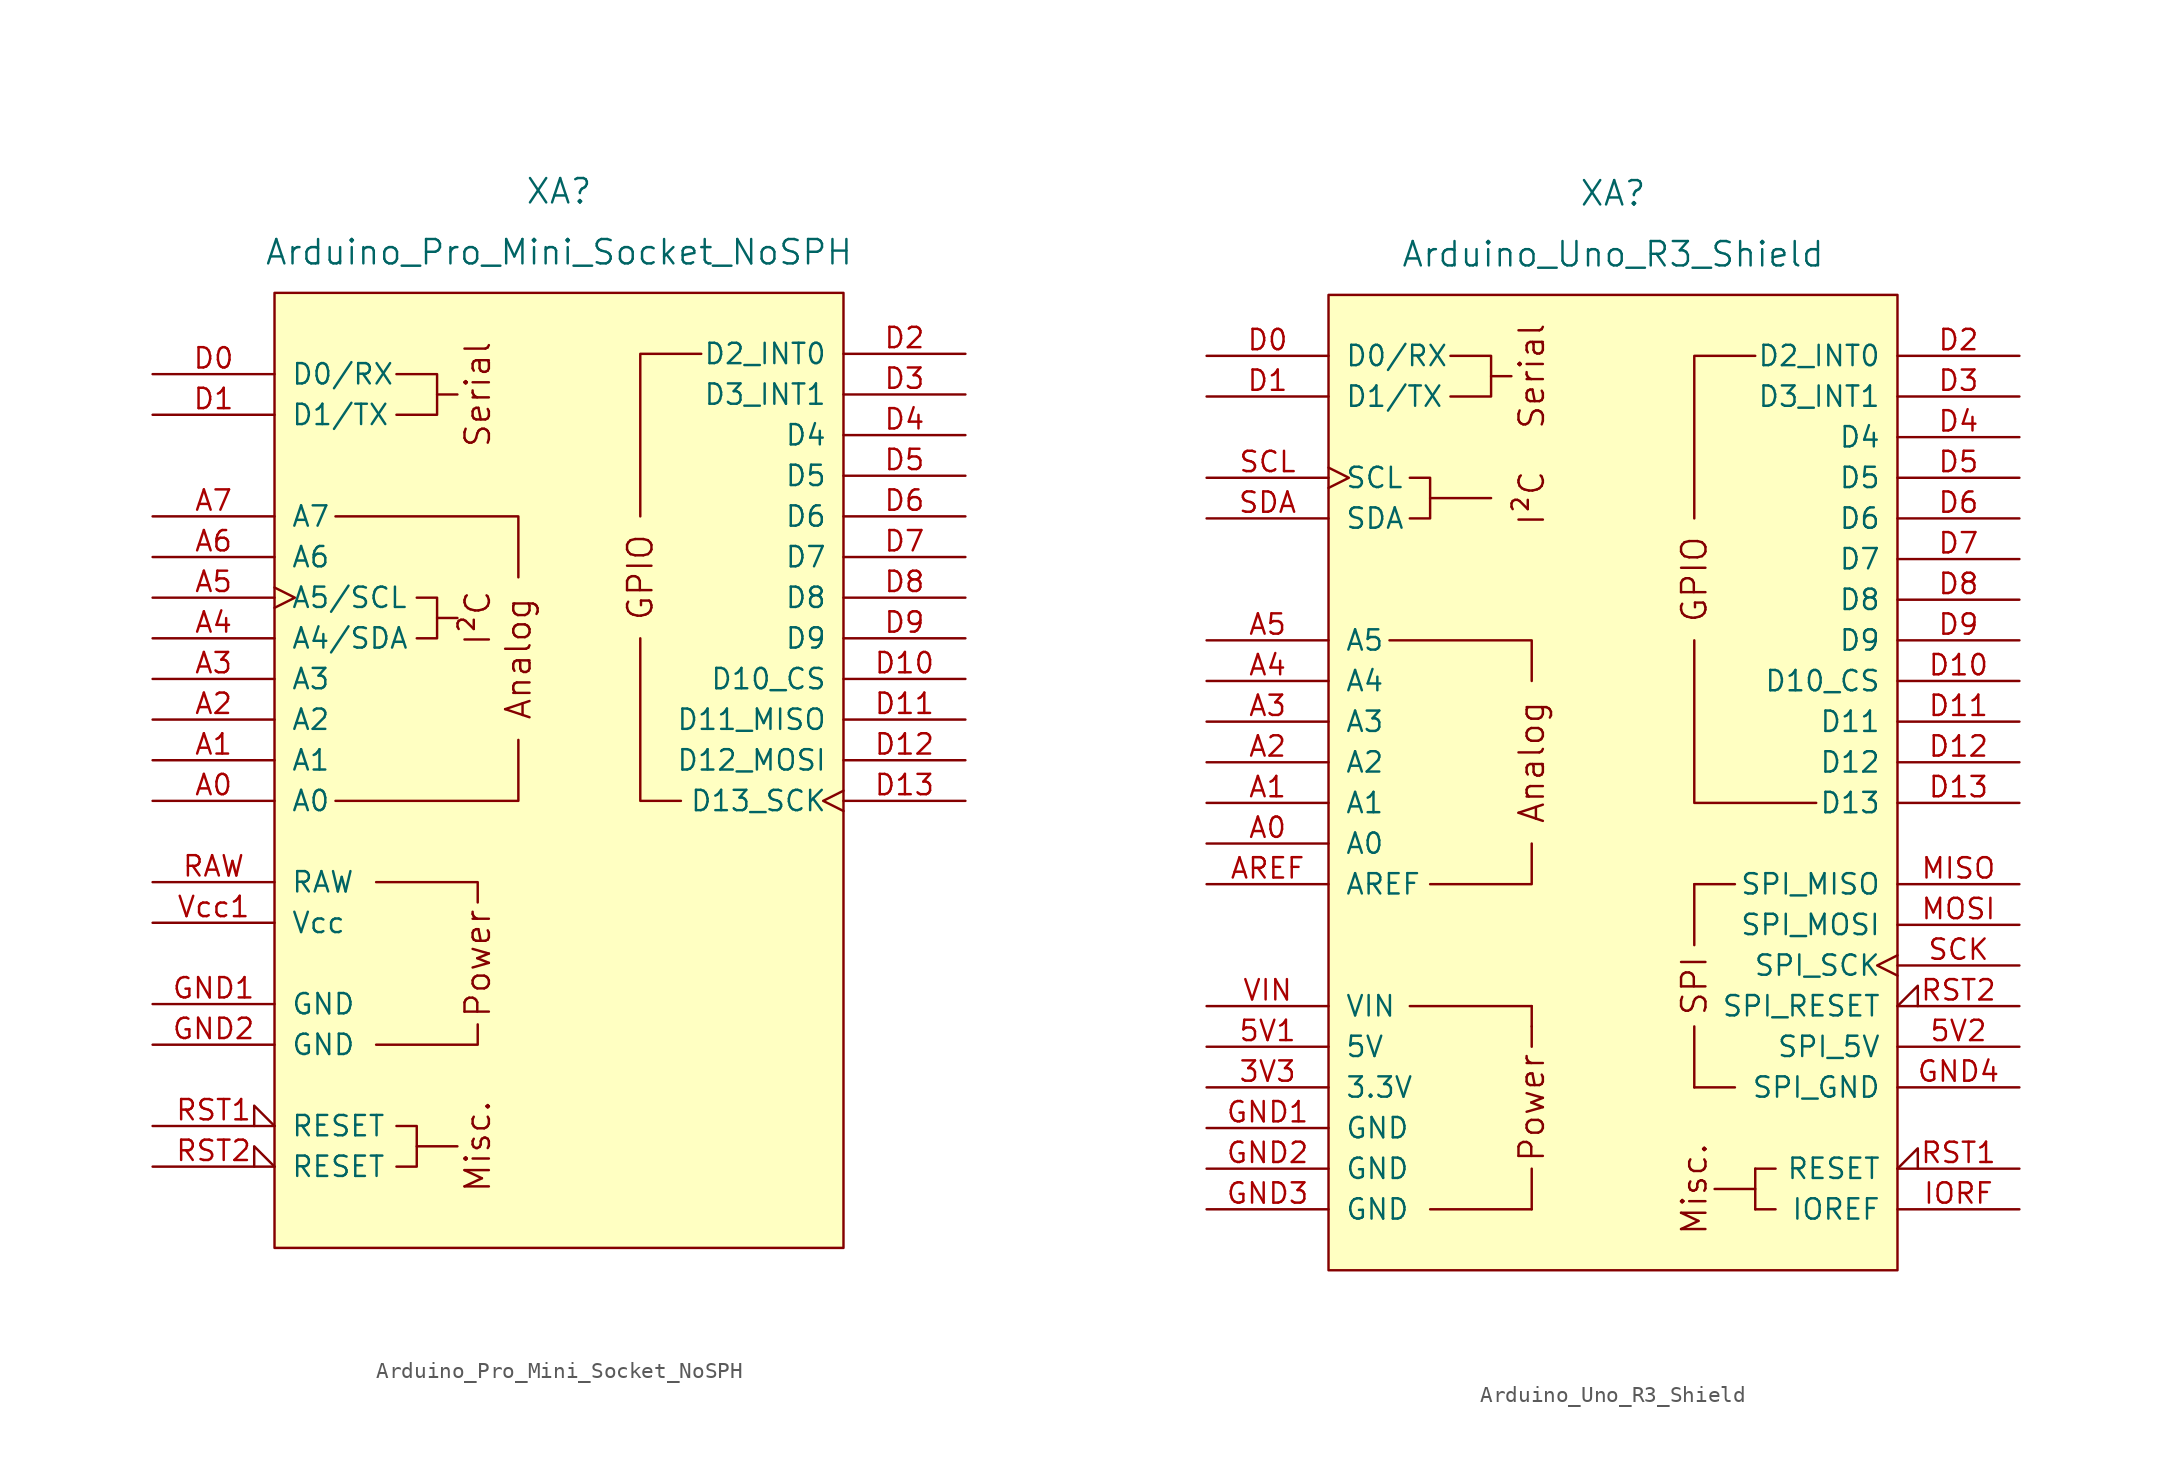
<source format=kicad_sym>
(kicad_symbol_lib
  (version 20211014)
  (generator kicad_symbol_editor)
  (symbol "Arduino_Pro_Mini_Socket_NoSPH"
    (pin_names
      (offset 1.016))
    (property "Reference" "XA"
      (at 0 36.83 0)
      (effects (font (size 1.524 1.524))))
    (property "Value" "Arduino_Pro_Mini_Socket_NoSPH"
      (at 0 33.02 0)
      (effects (font (size 1.524 1.524))))
    (symbol "Arduino_Pro_Mini_Socket_NoSPH_0_0"
      (rectangle (start -17.78 30.48) (end 17.78 -29.21) (stroke (width 0) (type default) (color 0 0 0 0)) (fill (type background)))
      (polyline (pts (xy -7.62 10.16) (xy -6.35 10.16)) (stroke (width 0) (type default) (color 0 0 0 0)) (fill (type none)))
      (polyline (pts (xy -7.62 24.13) (xy -6.35 24.13)) (stroke (width 0) (type default) (color 0 0 0 0)) (fill (type none)))
      (polyline (pts (xy -6.35 -22.86) (xy -8.89 -22.86)) (stroke (width 0) (type default) (color 0 0 0 0)) (fill (type none)))
      (polyline (pts (xy -11.43 -16.51) (xy -5.08 -16.51) (xy -5.08 -15.24)) (stroke (width 0) (type default) (color 0 0 0 0)) (fill (type none)))
      (polyline (pts (xy -5.08 -7.62) (xy -5.08 -6.35) (xy -11.43 -6.35)) (stroke (width 0) (type default) (color 0 0 0 0)) (fill (type none)))
      (polyline (pts (xy -2.54 2.54) (xy -2.54 -1.27) (xy -13.97 -1.27)) (stroke (width 0) (type default) (color 0 0 0 0)) (fill (type none)))
      (polyline (pts (xy -2.54 12.7) (xy -2.54 16.51) (xy -13.97 16.51)) (stroke (width 0) (type default) (color 0 0 0 0)) (fill (type none)))
      (polyline (pts (xy -10.16 25.4) (xy -7.62 25.4) (xy -7.62 22.86) (xy -10.16 22.86)) (stroke (width 0) (type default) (color 0 0 0 0)) (fill (type none)))
      (polyline (pts (xy -8.89 11.43) (xy -7.62 11.43) (xy -7.62 8.89) (xy -8.89 8.89)) (stroke (width 0) (type default) (color 0 0 0 0)) (fill (type none)))
      (text "Analog" (at -2.54 7.62 900) (effects (font (size 1.524 1.524))))
      (text "I²C" (at -5.08 10.16 900) (effects (font (size 1.524 1.524))))
      (text "Misc." (at -5.08 -22.86 900) (effects (font (size 1.524 1.524))))
      (text "Power" (at -5.08 -11.43 900) (effects (font (size 1.524 1.524))))
      (text "Serial" (at -5.08 24.13 900) (effects (font (size 1.524 1.524)))))
    (symbol "Arduino_Pro_Mini_Socket_NoSPH_0_1"
      (polyline (pts (xy 7.62 -1.27) (xy 5.08 -1.27) (xy 5.08 8.89)) (stroke (width 0) (type default) (color 0 0 0 0)) (fill (type none)))
      (polyline (pts (xy 8.89 26.67) (xy 5.08 26.67) (xy 5.08 16.51)) (stroke (width 0) (type default) (color 0 0 0 0)) (fill (type none)))
      (polyline (pts (xy -10.16 -24.13) (xy -8.89 -24.13) (xy -8.89 -21.59) (xy -10.16 -21.59)) (stroke (width 0) (type default) (color 0 0 0 0)) (fill (type none))))
    (symbol "Arduino_Pro_Mini_Socket_NoSPH_1_0"
      (text "GPIO" (at 5.08 12.7 900) (effects (font (size 1.524 1.524)))))
    (symbol "Arduino_Pro_Mini_Socket_NoSPH_1_1"
      (pin bidirectional line (at -25.4 -1.27 0) (length 7.62) (name "A0" (effects (font (size 1.27 1.27)))) (number "A0" (effects (font (size 1.27 1.27)))))
      (pin bidirectional line (at -25.4 1.27 0) (length 7.62) (name "A1" (effects (font (size 1.27 1.27)))) (number "A1" (effects (font (size 1.27 1.27)))))
      (pin bidirectional line (at -25.4 3.81 0) (length 7.62) (name "A2" (effects (font (size 1.27 1.27)))) (number "A2" (effects (font (size 1.27 1.27)))))
      (pin bidirectional line (at -25.4 6.35 0) (length 7.62) (name "A3" (effects (font (size 1.27 1.27)))) (number "A3" (effects (font (size 1.27 1.27)))))
      (pin bidirectional line (at -25.4 8.89 0) (length 7.62) (name "A4/SDA" (effects (font (size 1.27 1.27)))) (number "A4" (effects (font (size 1.27 1.27)))))
      (pin bidirectional clock (at -25.4 11.43 0) (length 7.62) (name "A5/SCL" (effects (font (size 1.27 1.27)))) (number "A5" (effects (font (size 1.27 1.27)))))
      (pin input line (at -25.4 13.97 0) (length 7.62) (name "A6" (effects (font (size 1.27 1.27)))) (number "A6" (effects (font (size 1.27 1.27)))))
      (pin input line (at -25.4 16.51 0) (length 7.62) (name "A7" (effects (font (size 1.27 1.27)))) (number "A7" (effects (font (size 1.27 1.27)))))
      (pin bidirectional line (at -25.4 25.4 0) (length 7.62) (name "D0/RX" (effects (font (size 1.27 1.27)))) (number "D0" (effects (font (size 1.27 1.27)))))
      (pin bidirectional line (at -25.4 22.86 0) (length 7.62) (name "D1/TX" (effects (font (size 1.27 1.27)))) (number "D1" (effects (font (size 1.27 1.27)))))
      (pin bidirectional line (at 25.4 6.35 180) (length 7.62) (name "D10_CS" (effects (font (size 1.27 1.27)))) (number "D10" (effects (font (size 1.27 1.27)))))
      (pin bidirectional line (at 25.4 3.81 180) (length 7.62) (name "D11_MISO" (effects (font (size 1.27 1.27)))) (number "D11" (effects (font (size 1.27 1.27)))))
      (pin bidirectional line (at 25.4 1.27 180) (length 7.62) (name "D12_MOSI" (effects (font (size 1.27 1.27)))) (number "D12" (effects (font (size 1.27 1.27)))))
      (pin bidirectional clock (at 25.4 -1.27 180) (length 7.62) (name "D13_SCK" (effects (font (size 1.27 1.27)))) (number "D13" (effects (font (size 1.27 1.27)))))
      (pin bidirectional line (at 25.4 26.67 180) (length 7.62) (name "D2_INT0" (effects (font (size 1.27 1.27)))) (number "D2" (effects (font (size 1.27 1.27)))))
      (pin bidirectional line (at 25.4 24.13 180) (length 7.62) (name "D3_INT1" (effects (font (size 1.27 1.27)))) (number "D3" (effects (font (size 1.27 1.27)))))
      (pin bidirectional line (at 25.4 21.59 180) (length 7.62) (name "D4" (effects (font (size 1.27 1.27)))) (number "D4" (effects (font (size 1.27 1.27)))))
      (pin bidirectional line (at 25.4 19.05 180) (length 7.62) (name "D5" (effects (font (size 1.27 1.27)))) (number "D5" (effects (font (size 1.27 1.27)))))
      (pin bidirectional line (at 25.4 16.51 180) (length 7.62) (name "D6" (effects (font (size 1.27 1.27)))) (number "D6" (effects (font (size 1.27 1.27)))))
      (pin bidirectional line (at 25.4 13.97 180) (length 7.62) (name "D7" (effects (font (size 1.27 1.27)))) (number "D7" (effects (font (size 1.27 1.27)))))
      (pin bidirectional line (at 25.4 11.43 180) (length 7.62) (name "D8" (effects (font (size 1.27 1.27)))) (number "D8" (effects (font (size 1.27 1.27)))))
      (pin bidirectional line (at 25.4 8.89 180) (length 7.62) (name "D9" (effects (font (size 1.27 1.27)))) (number "D9" (effects (font (size 1.27 1.27)))))
      (pin power_in line (at -25.4 -13.97 0) (length 7.62) (name "GND" (effects (font (size 1.27 1.27)))) (number "GND1" (effects (font (size 1.27 1.27)))))
      (pin power_in line (at -25.4 -16.51 0) (length 7.62) (name "GND" (effects (font (size 1.27 1.27)))) (number "GND2" (effects (font (size 1.27 1.27)))))
      (pin power_in line (at -25.4 -6.35 0) (length 7.62) (name "RAW" (effects (font (size 1.27 1.27)))) (number "RAW" (effects (font (size 1.27 1.27)))))
      (pin open_collector input_low (at -25.4 -21.59 0) (length 7.62) (name "RESET" (effects (font (size 1.27 1.27)))) (number "RST1" (effects (font (size 1.27 1.27)))))
      (pin open_collector input_low (at -25.4 -24.13 0) (length 7.62) (name "RESET" (effects (font (size 1.27 1.27)))) (number "RST2" (effects (font (size 1.27 1.27)))))
      (pin power_in line (at -25.4 -8.89 0) (length 7.62) (name "Vcc" (effects (font (size 1.27 1.27)))) (number "Vcc1" (effects (font (size 1.27 1.27)))))))
  (symbol "Arduino_Uno_R3_Shield"
    (pin_names
      (offset 1.016))
    (property "Reference" "XA"
      (at 0 36.83 0)
      (effects (font (size 1.524 1.524))))
    (property "Value" "Arduino_Uno_R3_Shield"
      (at 0 33.02 0)
      (effects (font (size 1.524 1.524))))
    (symbol "Arduino_Uno_R3_Shield_0_0"
      (rectangle (start -17.78 30.48) (end 17.78 -30.48) (stroke (width 0) (type default) (color 0 0 0 0)) (fill (type background)))
      (rectangle (start -12.7 -13.97) (end -5.08 -13.97) (stroke (width 0) (type default) (color 0 0 0 0)) (fill (type none)))
      (rectangle (start -11.43 -26.67) (end -5.08 -26.67) (stroke (width 0) (type default) (color 0 0 0 0)) (fill (type none)))
      (polyline (pts (xy -11.43 17.78) (xy -7.62 17.78)) (stroke (width 0) (type default) (color 0 0 0 0)) (fill (type none)))
      (polyline (pts (xy -7.62 25.4) (xy -6.35 25.4)) (stroke (width 0) (type default) (color 0 0 0 0)) (fill (type none)))
      (polyline (pts (xy -5.08 -26.67) (xy -5.08 -24.13)) (stroke (width 0) (type default) (color 0 0 0 0)) (fill (type none)))
      (polyline (pts (xy -5.08 -15.24) (xy -5.08 -16.51)) (stroke (width 0) (type default) (color 0 0 0 0)) (fill (type none)))
      (polyline (pts (xy -5.08 -13.97) (xy -5.08 -15.24)) (stroke (width 0) (type default) (color 0 0 0 0)) (fill (type none)))
      (polyline (pts (xy -5.08 -3.81) (xy -5.08 -6.35) (xy -11.43 -6.35)) (stroke (width 0) (type default) (color 0 0 0 0)) (fill (type none)))
      (polyline (pts (xy -5.08 6.35) (xy -5.08 8.89) (xy -13.97 8.89)) (stroke (width 0) (type default) (color 0 0 0 0)) (fill (type none)))
      (polyline (pts (xy 5.08 8.89) (xy 5.08 -1.27) (xy 12.7 -1.27)) (stroke (width 0) (type default) (color 0 0 0 0)) (fill (type none)))
      (polyline (pts (xy 5.08 16.51) (xy 5.08 26.67) (xy 8.89 26.67)) (stroke (width 0) (type default) (color 0 0 0 0)) (fill (type none)))
      (polyline (pts (xy -12.7 19.05) (xy -11.43 19.05) (xy -11.43 16.51) (xy -12.7 16.51)) (stroke (width 0) (type default) (color 0 0 0 0)) (fill (type none)))
      (polyline (pts (xy -10.16 26.67) (xy -7.62 26.67) (xy -7.62 24.13) (xy -10.16 24.13)) (stroke (width 0) (type default) (color 0 0 0 0)) (fill (type none)))
      (rectangle (start 5.08 -19.05) (end 5.08 -15.24) (stroke (width 0) (type default) (color 0 0 0 0)) (fill (type none)))
      (rectangle (start 5.08 -19.05) (end 7.62 -19.05) (stroke (width 0) (type default) (color 0 0 0 0)) (fill (type none)))
      (rectangle (start 5.08 -10.16) (end 5.08 -6.35) (stroke (width 0) (type default) (color 0 0 0 0)) (fill (type none)))
      (rectangle (start 7.62 -6.35) (end 5.08 -6.35) (stroke (width 0) (type default) (color 0 0 0 0)) (fill (type none)))
      (rectangle (start 8.89 -25.4) (end 6.35 -25.4) (stroke (width 0) (type default) (color 0 0 0 0)) (fill (type none)))
      (rectangle (start 8.89 -24.13) (end 8.89 -26.67) (stroke (width 0) (type default) (color 0 0 0 0)) (fill (type none)))
      (rectangle (start 10.16 -26.67) (end 8.89 -26.67) (stroke (width 0) (type default) (color 0 0 0 0)) (fill (type none)))
      (rectangle (start 10.16 -24.13) (end 8.89 -24.13) (stroke (width 0) (type default) (color 0 0 0 0)) (fill (type none)))
      (text "Analog" (at -5.08 1.27 900) (effects (font (size 1.524 1.524))))
      (text "I²C" (at -5.08 17.78 900) (effects (font (size 1.524 1.524))))
      (text "Misc." (at 5.08 -25.4 900) (effects (font (size 1.524 1.524))))
      (text "Power" (at -5.08 -20.32 900) (effects (font (size 1.524 1.524))))
      (text "Serial" (at -5.08 25.4 900) (effects (font (size 1.524 1.524))))
      (text "SPI" (at 5.08 -12.7 900) (effects (font (size 1.524 1.524)))))
    (symbol "Arduino_Uno_R3_Shield_1_0"
      (text "GPIO" (at 5.08 12.7 900) (effects (font (size 1.524 1.524)))))
    (symbol "Arduino_Uno_R3_Shield_1_1"
      (pin power_out line (at -25.4 -19.05 0) (length 7.62) (name "3.3V" (effects (font (size 1.27 1.27)))) (number "3V3" (effects (font (size 1.27 1.27)))))
      (pin power_in line (at -25.4 -16.51 0) (length 7.62) (name "5V" (effects (font (size 1.27 1.27)))) (number "5V1" (effects (font (size 1.27 1.27)))))
      (pin power_in line (at 25.4 -16.51 180) (length 7.62) (name "SPI_5V" (effects (font (size 1.27 1.27)))) (number "5V2" (effects (font (size 1.27 1.27)))))
      (pin bidirectional line (at -25.4 -3.81 0) (length 7.62) (name "A0" (effects (font (size 1.27 1.27)))) (number "A0" (effects (font (size 1.27 1.27)))))
      (pin bidirectional line (at -25.4 -1.27 0) (length 7.62) (name "A1" (effects (font (size 1.27 1.27)))) (number "A1" (effects (font (size 1.27 1.27)))))
      (pin bidirectional line (at -25.4 1.27 0) (length 7.62) (name "A2" (effects (font (size 1.27 1.27)))) (number "A2" (effects (font (size 1.27 1.27)))))
      (pin bidirectional line (at -25.4 3.81 0) (length 7.62) (name "A3" (effects (font (size 1.27 1.27)))) (number "A3" (effects (font (size 1.27 1.27)))))
      (pin bidirectional line (at -25.4 6.35 0) (length 7.62) (name "A4" (effects (font (size 1.27 1.27)))) (number "A4" (effects (font (size 1.27 1.27)))))
      (pin bidirectional line (at -25.4 8.89 0) (length 7.62) (name "A5" (effects (font (size 1.27 1.27)))) (number "A5" (effects (font (size 1.27 1.27)))))
      (pin input line (at -25.4 -6.35 0) (length 7.62) (name "AREF" (effects (font (size 1.27 1.27)))) (number "AREF" (effects (font (size 1.27 1.27)))))
      (pin bidirectional line (at -25.4 26.67 0) (length 7.62) (name "D0/RX" (effects (font (size 1.27 1.27)))) (number "D0" (effects (font (size 1.27 1.27)))))
      (pin bidirectional line (at -25.4 24.13 0) (length 7.62) (name "D1/TX" (effects (font (size 1.27 1.27)))) (number "D1" (effects (font (size 1.27 1.27)))))
      (pin bidirectional line (at 25.4 6.35 180) (length 7.62) (name "D10_CS" (effects (font (size 1.27 1.27)))) (number "D10" (effects (font (size 1.27 1.27)))))
      (pin bidirectional line (at 25.4 3.81 180) (length 7.62) (name "D11" (effects (font (size 1.27 1.27)))) (number "D11" (effects (font (size 1.27 1.27)))))
      (pin bidirectional line (at 25.4 1.27 180) (length 7.62) (name "D12" (effects (font (size 1.27 1.27)))) (number "D12" (effects (font (size 1.27 1.27)))))
      (pin bidirectional line (at 25.4 -1.27 180) (length 7.62) (name "D13" (effects (font (size 1.27 1.27)))) (number "D13" (effects (font (size 1.27 1.27)))))
      (pin bidirectional line (at 25.4 26.67 180) (length 7.62) (name "D2_INT0" (effects (font (size 1.27 1.27)))) (number "D2" (effects (font (size 1.27 1.27)))))
      (pin bidirectional line (at 25.4 24.13 180) (length 7.62) (name "D3_INT1" (effects (font (size 1.27 1.27)))) (number "D3" (effects (font (size 1.27 1.27)))))
      (pin bidirectional line (at 25.4 21.59 180) (length 7.62) (name "D4" (effects (font (size 1.27 1.27)))) (number "D4" (effects (font (size 1.27 1.27)))))
      (pin bidirectional line (at 25.4 19.05 180) (length 7.62) (name "D5" (effects (font (size 1.27 1.27)))) (number "D5" (effects (font (size 1.27 1.27)))))
      (pin bidirectional line (at 25.4 16.51 180) (length 7.62) (name "D6" (effects (font (size 1.27 1.27)))) (number "D6" (effects (font (size 1.27 1.27)))))
      (pin bidirectional line (at 25.4 13.97 180) (length 7.62) (name "D7" (effects (font (size 1.27 1.27)))) (number "D7" (effects (font (size 1.27 1.27)))))
      (pin bidirectional line (at 25.4 11.43 180) (length 7.62) (name "D8" (effects (font (size 1.27 1.27)))) (number "D8" (effects (font (size 1.27 1.27)))))
      (pin bidirectional line (at 25.4 8.89 180) (length 7.62) (name "D9" (effects (font (size 1.27 1.27)))) (number "D9" (effects (font (size 1.27 1.27)))))
      (pin power_in line (at -25.4 -21.59 0) (length 7.62) (name "GND" (effects (font (size 1.27 1.27)))) (number "GND1" (effects (font (size 1.27 1.27)))))
      (pin power_in line (at -25.4 -24.13 0) (length 7.62) (name "GND" (effects (font (size 1.27 1.27)))) (number "GND2" (effects (font (size 1.27 1.27)))))
      (pin power_in line (at -25.4 -26.67 0) (length 7.62) (name "GND" (effects (font (size 1.27 1.27)))) (number "GND3" (effects (font (size 1.27 1.27)))))
      (pin power_in line (at 25.4 -19.05 180) (length 7.62) (name "SPI_GND" (effects (font (size 1.27 1.27)))) (number "GND4" (effects (font (size 1.27 1.27)))))
      (pin output line (at 25.4 -26.67 180) (length 7.62) (name "IOREF" (effects (font (size 1.27 1.27)))) (number "IORF" (effects (font (size 1.27 1.27)))))
      (pin input line (at 25.4 -6.35 180) (length 7.62) (name "SPI_MISO" (effects (font (size 1.27 1.27)))) (number "MISO" (effects (font (size 1.27 1.27)))))
      (pin output line (at 25.4 -8.89 180) (length 7.62) (name "SPI_MOSI" (effects (font (size 1.27 1.27)))) (number "MOSI" (effects (font (size 1.27 1.27)))))
      (pin open_collector input_low (at 25.4 -24.13 180) (length 7.62) (name "RESET" (effects (font (size 1.27 1.27)))) (number "RST1" (effects (font (size 1.27 1.27)))))
      (pin open_collector input_low (at 25.4 -13.97 180) (length 7.62) (name "SPI_RESET" (effects (font (size 1.27 1.27)))) (number "RST2" (effects (font (size 1.27 1.27)))))
      (pin output clock (at 25.4 -11.43 180) (length 7.62) (name "SPI_SCK" (effects (font (size 1.27 1.27)))) (number "SCK" (effects (font (size 1.27 1.27)))))
      (pin bidirectional clock (at -25.4 19.05 0) (length 7.62) (name "SCL" (effects (font (size 1.27 1.27)))) (number "SCL" (effects (font (size 1.27 1.27)))))
      (pin bidirectional line (at -25.4 16.51 0) (length 7.62) (name "SDA" (effects (font (size 1.27 1.27)))) (number "SDA" (effects (font (size 1.27 1.27)))))
      (pin power_in line (at -25.4 -13.97 0) (length 7.62) (name "VIN" (effects (font (size 1.27 1.27)))) (number "VIN" (effects (font (size 1.27 1.27))))))))
</source>
